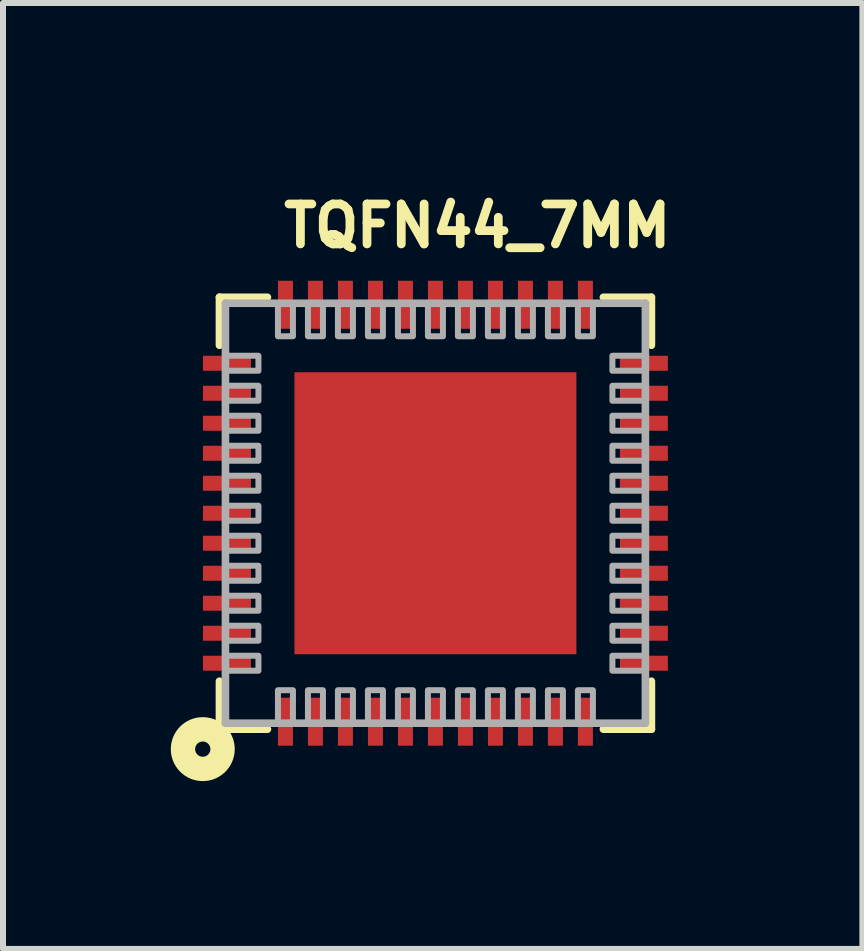
<source format=kicad_pcb>
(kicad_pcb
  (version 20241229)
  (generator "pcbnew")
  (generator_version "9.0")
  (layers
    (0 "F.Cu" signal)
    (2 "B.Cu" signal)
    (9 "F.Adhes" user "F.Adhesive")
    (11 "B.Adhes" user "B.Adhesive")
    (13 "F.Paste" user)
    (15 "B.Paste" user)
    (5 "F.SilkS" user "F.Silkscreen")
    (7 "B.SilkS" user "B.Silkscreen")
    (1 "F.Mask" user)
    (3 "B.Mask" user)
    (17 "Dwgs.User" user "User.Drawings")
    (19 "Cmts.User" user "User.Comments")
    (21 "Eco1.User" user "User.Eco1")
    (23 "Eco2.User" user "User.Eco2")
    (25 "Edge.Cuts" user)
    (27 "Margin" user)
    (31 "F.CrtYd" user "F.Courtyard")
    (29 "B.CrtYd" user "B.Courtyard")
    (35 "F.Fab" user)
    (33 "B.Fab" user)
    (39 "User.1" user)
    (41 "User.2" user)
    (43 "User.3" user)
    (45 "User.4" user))
  (footprint "TQFN44_7MM"
    (layer "F.Cu")
    (at 4.208 5.505)
    (property "Reference" "TQFN44_7MM" (at -2.6 -4.4 0) (unlocked yes) (layer "F.SilkS") (effects (font (size 0.666 0.666) (thickness 0.146)) (justify left bottom)))
    (fp_line (start -3.6 -3.6) (end -3.6 -2.8) (stroke (width 0.127) (type solid)) (layer "F.SilkS"))
    (fp_line (start -3.6 2.8) (end -3.6 3.6) (stroke (width 0.127) (type solid)) (layer "F.SilkS"))
    (fp_line (start -3.6 3.6) (end -2.8 3.6) (stroke (width 0.127) (type solid)) (layer "F.SilkS"))
    (fp_line (start -2.8 -3.6) (end -3.6 -3.6) (stroke (width 0.127) (type solid)) (layer "F.SilkS"))
    (fp_line (start 2.8 -3.6) (end 3.6 -3.6) (stroke (width 0.127) (type solid)) (layer "F.SilkS"))
    (fp_line (start 3.6 -3.6) (end 3.6 -2.8) (stroke (width 0.127) (type solid)) (layer "F.SilkS"))
    (fp_line (start 3.6 2.8) (end 3.6 3.6) (stroke (width 0.127) (type solid)) (layer "F.SilkS"))
    (fp_line (start 3.6 3.6) (end 2.8 3.6) (stroke (width 0.127) (type solid)) (layer "F.SilkS"))
    (fp_circle (center -3.878 3.932) (end -3.751 3.932) (stroke (width 0.406) (type solid)) (fill no) (layer "F.SilkS"))
    (fp_poly (pts (xy -2 -0.5) (xy -1 -0.5) (xy -1 -2) (xy -2 -2)) (stroke (width 0) (type default)) (fill yes) (layer "F.Paste"))
    (fp_poly (pts (xy -2 2) (xy -1 2) (xy -1 0.5) (xy -2 0.5)) (stroke (width 0) (type default)) (fill yes) (layer "F.Paste"))
    (fp_poly (pts (xy -0.5 -0.5) (xy 0.5 -0.5) (xy 0.5 -2) (xy -0.5 -2)) (stroke (width 0) (type default)) (fill yes) (layer "F.Paste"))
    (fp_poly (pts (xy -0.5 2) (xy 0.5 2) (xy 0.5 0.5) (xy -0.5 0.5)) (stroke (width 0) (type default)) (fill yes) (layer "F.Paste"))
    (fp_poly (pts (xy 1 -0.5) (xy 2 -0.5) (xy 2 -2) (xy 1 -2)) (stroke (width 0) (type default)) (fill yes) (layer "F.Paste"))
    (fp_poly (pts (xy 1 2) (xy 2 2) (xy 2 0.5) (xy 1 0.5)) (stroke (width 0) (type default)) (fill yes) (layer "F.Paste"))
    (fp_line (start -3.5 -3.5) (end 3.5 -3.5) (stroke (width 0.127) (type solid)) (layer "F.Fab"))
    (fp_line (start -3.5 3.5) (end -3.5 -3.5) (stroke (width 0.127) (type solid)) (layer "F.Fab"))
    (fp_line (start 3.5 -3.5) (end 3.5 3.5) (stroke (width 0.127) (type solid)) (layer "F.Fab"))
    (fp_line (start 3.5 3.5) (end -3.5 3.5) (stroke (width 0.127) (type solid)) (layer "F.Fab"))
    (fp_poly (pts (xy -3.5 -2.375) (xy -2.95 -2.375) (xy -2.95 -2.625) (xy -3.5 -2.625)) (stroke (width 0.1) (type default)) (fill no) (layer "F.Fab"))
    (fp_poly (pts (xy -3.5 -1.875) (xy -2.95 -1.875) (xy -2.95 -2.125) (xy -3.5 -2.125)) (stroke (width 0.1) (type default)) (fill no) (layer "F.Fab"))
    (fp_poly (pts (xy -3.5 -1.375) (xy -2.95 -1.375) (xy -2.95 -1.625) (xy -3.5 -1.625)) (stroke (width 0.1) (type default)) (fill no) (layer "F.Fab"))
    (fp_poly (pts (xy -3.5 -0.875) (xy -2.95 -0.875) (xy -2.95 -1.125) (xy -3.5 -1.125)) (stroke (width 0.1) (type default)) (fill no) (layer "F.Fab"))
    (fp_poly (pts (xy -3.5 -0.375) (xy -2.95 -0.375) (xy -2.95 -0.625) (xy -3.5 -0.625)) (stroke (width 0.1) (type default)) (fill no) (layer "F.Fab"))
    (fp_poly (pts (xy -3.5 0.125) (xy -2.95 0.125) (xy -2.95 -0.125) (xy -3.5 -0.125)) (stroke (width 0.1) (type default)) (fill no) (layer "F.Fab"))
    (fp_poly (pts (xy -3.5 0.625) (xy -2.95 0.625) (xy -2.95 0.375) (xy -3.5 0.375)) (stroke (width 0.1) (type default)) (fill no) (layer "F.Fab"))
    (fp_poly (pts (xy -3.5 1.125) (xy -2.95 1.125) (xy -2.95 0.875) (xy -3.5 0.875)) (stroke (width 0.1) (type default)) (fill no) (layer "F.Fab"))
    (fp_poly (pts (xy -3.5 1.625) (xy -2.95 1.625) (xy -2.95 1.375) (xy -3.5 1.375)) (stroke (width 0.1) (type default)) (fill no) (layer "F.Fab"))
    (fp_poly (pts (xy -3.5 2.125) (xy -2.95 2.125) (xy -2.95 1.875) (xy -3.5 1.875)) (stroke (width 0.1) (type default)) (fill no) (layer "F.Fab"))
    (fp_poly (pts (xy -3.5 2.625) (xy -2.95 2.625) (xy -2.95 2.375) (xy -3.5 2.375)) (stroke (width 0.1) (type default)) (fill no) (layer "F.Fab"))
    (fp_poly (pts (xy -2.625 -3.5) (xy -2.625 -2.95) (xy -2.375 -2.95) (xy -2.375 -3.5)) (stroke (width 0.1) (type default)) (fill no) (layer "F.Fab"))
    (fp_poly (pts (xy -2.375 3.5) (xy -2.375 2.95) (xy -2.625 2.95) (xy -2.625 3.5)) (stroke (width 0.1) (type default)) (fill no) (layer "F.Fab"))
    (fp_poly (pts (xy -2.125 -3.5) (xy -2.125 -2.95) (xy -1.875 -2.95) (xy -1.875 -3.5)) (stroke (width 0.1) (type default)) (fill no) (layer "F.Fab"))
    (fp_poly (pts (xy -1.875 3.5) (xy -1.875 2.95) (xy -2.125 2.95) (xy -2.125 3.5)) (stroke (width 0.1) (type default)) (fill no) (layer "F.Fab"))
    (fp_poly (pts (xy -1.625 -3.5) (xy -1.625 -2.95) (xy -1.375 -2.95) (xy -1.375 -3.5)) (stroke (width 0.1) (type default)) (fill no) (layer "F.Fab"))
    (fp_poly (pts (xy -1.375 3.5) (xy -1.375 2.95) (xy -1.625 2.95) (xy -1.625 3.5)) (stroke (width 0.1) (type default)) (fill no) (layer "F.Fab"))
    (fp_poly (pts (xy -1.125 -3.5) (xy -1.125 -2.95) (xy -0.875 -2.95) (xy -0.875 -3.5)) (stroke (width 0.1) (type default)) (fill no) (layer "F.Fab"))
    (fp_poly (pts (xy -0.875 3.5) (xy -0.875 2.95) (xy -1.125 2.95) (xy -1.125 3.5)) (stroke (width 0.1) (type default)) (fill no) (layer "F.Fab"))
    (fp_poly (pts (xy -0.625 -3.5) (xy -0.625 -2.95) (xy -0.375 -2.95) (xy -0.375 -3.5)) (stroke (width 0.1) (type default)) (fill no) (layer "F.Fab"))
    (fp_poly (pts (xy -0.375 3.5) (xy -0.375 2.95) (xy -0.625 2.95) (xy -0.625 3.5)) (stroke (width 0.1) (type default)) (fill no) (layer "F.Fab"))
    (fp_poly (pts (xy -0.125 -3.5) (xy -0.125 -2.95) (xy 0.125 -2.95) (xy 0.125 -3.5)) (stroke (width 0.1) (type default)) (fill no) (layer "F.Fab"))
    (fp_poly (pts (xy 0.125 3.5) (xy 0.125 2.95) (xy -0.125 2.95) (xy -0.125 3.5)) (stroke (width 0.1) (type default)) (fill no) (layer "F.Fab"))
    (fp_poly (pts (xy 0.375 -3.5) (xy 0.375 -2.95) (xy 0.625 -2.95) (xy 0.625 -3.5)) (stroke (width 0.1) (type default)) (fill no) (layer "F.Fab"))
    (fp_poly (pts (xy 0.625 3.5) (xy 0.625 2.95) (xy 0.375 2.95) (xy 0.375 3.5)) (stroke (width 0.1) (type default)) (fill no) (layer "F.Fab"))
    (fp_poly (pts (xy 0.875 -3.5) (xy 0.875 -2.95) (xy 1.125 -2.95) (xy 1.125 -3.5)) (stroke (width 0.1) (type default)) (fill no) (layer "F.Fab"))
    (fp_poly (pts (xy 1.125 3.5) (xy 1.125 2.95) (xy 0.875 2.95) (xy 0.875 3.5)) (stroke (width 0.1) (type default)) (fill no) (layer "F.Fab"))
    (fp_poly (pts (xy 1.375 -3.5) (xy 1.375 -2.95) (xy 1.625 -2.95) (xy 1.625 -3.5)) (stroke (width 0.1) (type default)) (fill no) (layer "F.Fab"))
    (fp_poly (pts (xy 1.625 3.5) (xy 1.625 2.95) (xy 1.375 2.95) (xy 1.375 3.5)) (stroke (width 0.1) (type default)) (fill no) (layer "F.Fab"))
    (fp_poly (pts (xy 1.875 -3.5) (xy 1.875 -2.95) (xy 2.125 -2.95) (xy 2.125 -3.5)) (stroke (width 0.1) (type default)) (fill no) (layer "F.Fab"))
    (fp_poly (pts (xy 2.125 3.5) (xy 2.125 2.95) (xy 1.875 2.95) (xy 1.875 3.5)) (stroke (width 0.1) (type default)) (fill no) (layer "F.Fab"))
    (fp_poly (pts (xy 2.375 -3.5) (xy 2.375 -2.95) (xy 2.625 -2.95) (xy 2.625 -3.5)) (stroke (width 0.1) (type default)) (fill no) (layer "F.Fab"))
    (fp_poly (pts (xy 2.625 3.5) (xy 2.625 2.95) (xy 2.375 2.95) (xy 2.375 3.5)) (stroke (width 0.1) (type default)) (fill no) (layer "F.Fab"))
    (fp_poly (pts (xy 3.5 -2.625) (xy 2.95 -2.625) (xy 2.95 -2.375) (xy 3.5 -2.375)) (stroke (width 0.1) (type default)) (fill no) (layer "F.Fab"))
    (fp_poly (pts (xy 3.5 -2.125) (xy 2.95 -2.125) (xy 2.95 -1.875) (xy 3.5 -1.875)) (stroke (width 0.1) (type default)) (fill no) (layer "F.Fab"))
    (fp_poly (pts (xy 3.5 -1.625) (xy 2.95 -1.625) (xy 2.95 -1.375) (xy 3.5 -1.375)) (stroke (width 0.1) (type default)) (fill no) (layer "F.Fab"))
    (fp_poly (pts (xy 3.5 -1.125) (xy 2.95 -1.125) (xy 2.95 -0.875) (xy 3.5 -0.875)) (stroke (width 0.1) (type default)) (fill no) (layer "F.Fab"))
    (fp_poly (pts (xy 3.5 -0.625) (xy 2.95 -0.625) (xy 2.95 -0.375) (xy 3.5 -0.375)) (stroke (width 0.1) (type default)) (fill no) (layer "F.Fab"))
    (fp_poly (pts (xy 3.5 -0.125) (xy 2.95 -0.125) (xy 2.95 0.125) (xy 3.5 0.125)) (stroke (width 0.1) (type default)) (fill no) (layer "F.Fab"))
    (fp_poly (pts (xy 3.5 0.375) (xy 2.95 0.375) (xy 2.95 0.625) (xy 3.5 0.625)) (stroke (width 0.1) (type default)) (fill no) (layer "F.Fab"))
    (fp_poly (pts (xy 3.5 0.875) (xy 2.95 0.875) (xy 2.95 1.125) (xy 3.5 1.125)) (stroke (width 0.1) (type default)) (fill no) (layer "F.Fab"))
    (fp_poly (pts (xy 3.5 1.375) (xy 2.95 1.375) (xy 2.95 1.625) (xy 3.5 1.625)) (stroke (width 0.1) (type default)) (fill no) (layer "F.Fab"))
    (fp_poly (pts (xy 3.5 1.875) (xy 2.95 1.875) (xy 2.95 2.125) (xy 3.5 2.125)) (stroke (width 0.1) (type default)) (fill no) (layer "F.Fab"))
    (fp_poly (pts (xy 3.5 2.375) (xy 2.95 2.375) (xy 2.95 2.625) (xy 3.5 2.625)) (stroke (width 0.1) (type default)) (fill no) (layer "F.Fab"))
    (pad "1" smd rect (at -2.5 3.475 90) (size 0.8 0.25) (layers "F.Cu" "F.Mask" "F.Paste"))
    (pad "2" smd rect (at -2 3.475 90) (size 0.8 0.25) (layers "F.Cu" "F.Mask" "F.Paste"))
    (pad "3" smd rect (at -1.5 3.475 90) (size 0.8 0.25) (layers "F.Cu" "F.Mask" "F.Paste"))
    (pad "4" smd rect (at -1 3.475 90) (size 0.8 0.25) (layers "F.Cu" "F.Mask" "F.Paste"))
    (pad "5" smd rect (at -0.5 3.475 90) (size 0.8 0.25) (layers "F.Cu" "F.Mask" "F.Paste"))
    (pad "6" smd rect (at 0 3.475 90) (size 0.8 0.25) (layers "F.Cu" "F.Mask" "F.Paste"))
    (pad "7" smd rect (at 0.5 3.475 90) (size 0.8 0.25) (layers "F.Cu" "F.Mask" "F.Paste"))
    (pad "8" smd rect (at 1 3.475 90) (size 0.8 0.25) (layers "F.Cu" "F.Mask" "F.Paste"))
    (pad "9" smd rect (at 1.5 3.475 90) (size 0.8 0.25) (layers "F.Cu" "F.Mask" "F.Paste"))
    (pad "10" smd rect (at 2 3.475 90) (size 0.8 0.25) (layers "F.Cu" "F.Mask" "F.Paste"))
    (pad "11" smd rect (at 2.5 3.475 90) (size 0.8 0.25) (layers "F.Cu" "F.Mask" "F.Paste"))
    (pad "12" smd rect (at 3.475 2.5 180) (size 0.8 0.25) (layers "F.Cu" "F.Mask" "F.Paste"))
    (pad "13" smd rect (at 3.475 2 180) (size 0.8 0.25) (layers "F.Cu" "F.Mask" "F.Paste"))
    (pad "14" smd rect (at 3.475 1.5 180) (size 0.8 0.25) (layers "F.Cu" "F.Mask" "F.Paste"))
    (pad "15" smd rect (at 3.475 1 180) (size 0.8 0.25) (layers "F.Cu" "F.Mask" "F.Paste"))
    (pad "16" smd rect (at 3.475 0.5 180) (size 0.8 0.25) (layers "F.Cu" "F.Mask" "F.Paste"))
    (pad "17" smd rect (at 3.475 0 180) (size 0.8 0.25) (layers "F.Cu" "F.Mask" "F.Paste"))
    (pad "18" smd rect (at 3.475 -0.5 180) (size 0.8 0.25) (layers "F.Cu" "F.Mask" "F.Paste"))
    (pad "19" smd rect (at 3.475 -1 180) (size 0.8 0.25) (layers "F.Cu" "F.Mask" "F.Paste"))
    (pad "20" smd rect (at 3.475 -1.5 180) (size 0.8 0.25) (layers "F.Cu" "F.Mask" "F.Paste"))
    (pad "21" smd rect (at 3.475 -2 180) (size 0.8 0.25) (layers "F.Cu" "F.Mask" "F.Paste"))
    (pad "22" smd rect (at 3.475 -2.5 180) (size 0.8 0.25) (layers "F.Cu" "F.Mask" "F.Paste"))
    (pad "23" smd rect (at 2.5 -3.475 270) (size 0.8 0.25) (layers "F.Cu" "F.Mask" "F.Paste"))
    (pad "24" smd rect (at 2 -3.475 270) (size 0.8 0.25) (layers "F.Cu" "F.Mask" "F.Paste"))
    (pad "25" smd rect (at 1.5 -3.475 270) (size 0.8 0.25) (layers "F.Cu" "F.Mask" "F.Paste"))
    (pad "26" smd rect (at 1 -3.475 270) (size 0.8 0.25) (layers "F.Cu" "F.Mask" "F.Paste"))
    (pad "27" smd rect (at 0.5 -3.475 270) (size 0.8 0.25) (layers "F.Cu" "F.Mask" "F.Paste"))
    (pad "28" smd rect (at 0 -3.475 270) (size 0.8 0.25) (layers "F.Cu" "F.Mask" "F.Paste"))
    (pad "29" smd rect (at -0.5 -3.475 270) (size 0.8 0.25) (layers "F.Cu" "F.Mask" "F.Paste"))
    (pad "30" smd rect (at -1 -3.475 270) (size 0.8 0.25) (layers "F.Cu" "F.Mask" "F.Paste"))
    (pad "31" smd rect (at -1.5 -3.475 270) (size 0.8 0.25) (layers "F.Cu" "F.Mask" "F.Paste"))
    (pad "32" smd rect (at -2 -3.475 270) (size 0.8 0.25) (layers "F.Cu" "F.Mask" "F.Paste"))
    (pad "33" smd rect (at -2.5 -3.475 270) (size 0.8 0.25) (layers "F.Cu" "F.Mask" "F.Paste"))
    (pad "34" smd rect (at -3.475 -2.5) (size 0.8 0.25) (layers "F.Cu" "F.Mask" "F.Paste"))
    (pad "35" smd rect (at -3.475 -2) (size 0.8 0.25) (layers "F.Cu" "F.Mask" "F.Paste"))
    (pad "36" smd rect (at -3.475 -1.5) (size 0.8 0.25) (layers "F.Cu" "F.Mask" "F.Paste"))
    (pad "37" smd rect (at -3.475 -1) (size 0.8 0.25) (layers "F.Cu" "F.Mask" "F.Paste"))
    (pad "38" smd rect (at -3.475 -0.5) (size 0.8 0.25) (layers "F.Cu" "F.Mask" "F.Paste"))
    (pad "39" smd rect (at -3.475 0) (size 0.8 0.25) (layers "F.Cu" "F.Mask" "F.Paste"))
    (pad "40" smd rect (at -3.475 0.5) (size 0.8 0.25) (layers "F.Cu" "F.Mask" "F.Paste"))
    (pad "41" smd rect (at -3.475 1) (size 0.8 0.25) (layers "F.Cu" "F.Mask" "F.Paste"))
    (pad "42" smd rect (at -3.475 1.5) (size 0.8 0.25) (layers "F.Cu" "F.Mask" "F.Paste"))
    (pad "43" smd rect (at -3.475 2) (size 0.8 0.25) (layers "F.Cu" "F.Mask" "F.Paste"))
    (pad "44" smd rect (at -3.475 2.5) (size 0.8 0.25) (layers "F.Cu" "F.Mask" "F.Paste"))
    (pad "THERMAL" smd rect (at 0 0) (size 4.7 4.7) (layers "F.Cu" "F.Mask")))
  (gr_rect
    (start -3 -3)
    (end 11.325 12.768)
    (stroke (width 0.1) (type default))
    (fill no)
    (layer "Edge.Cuts")))
</source>
